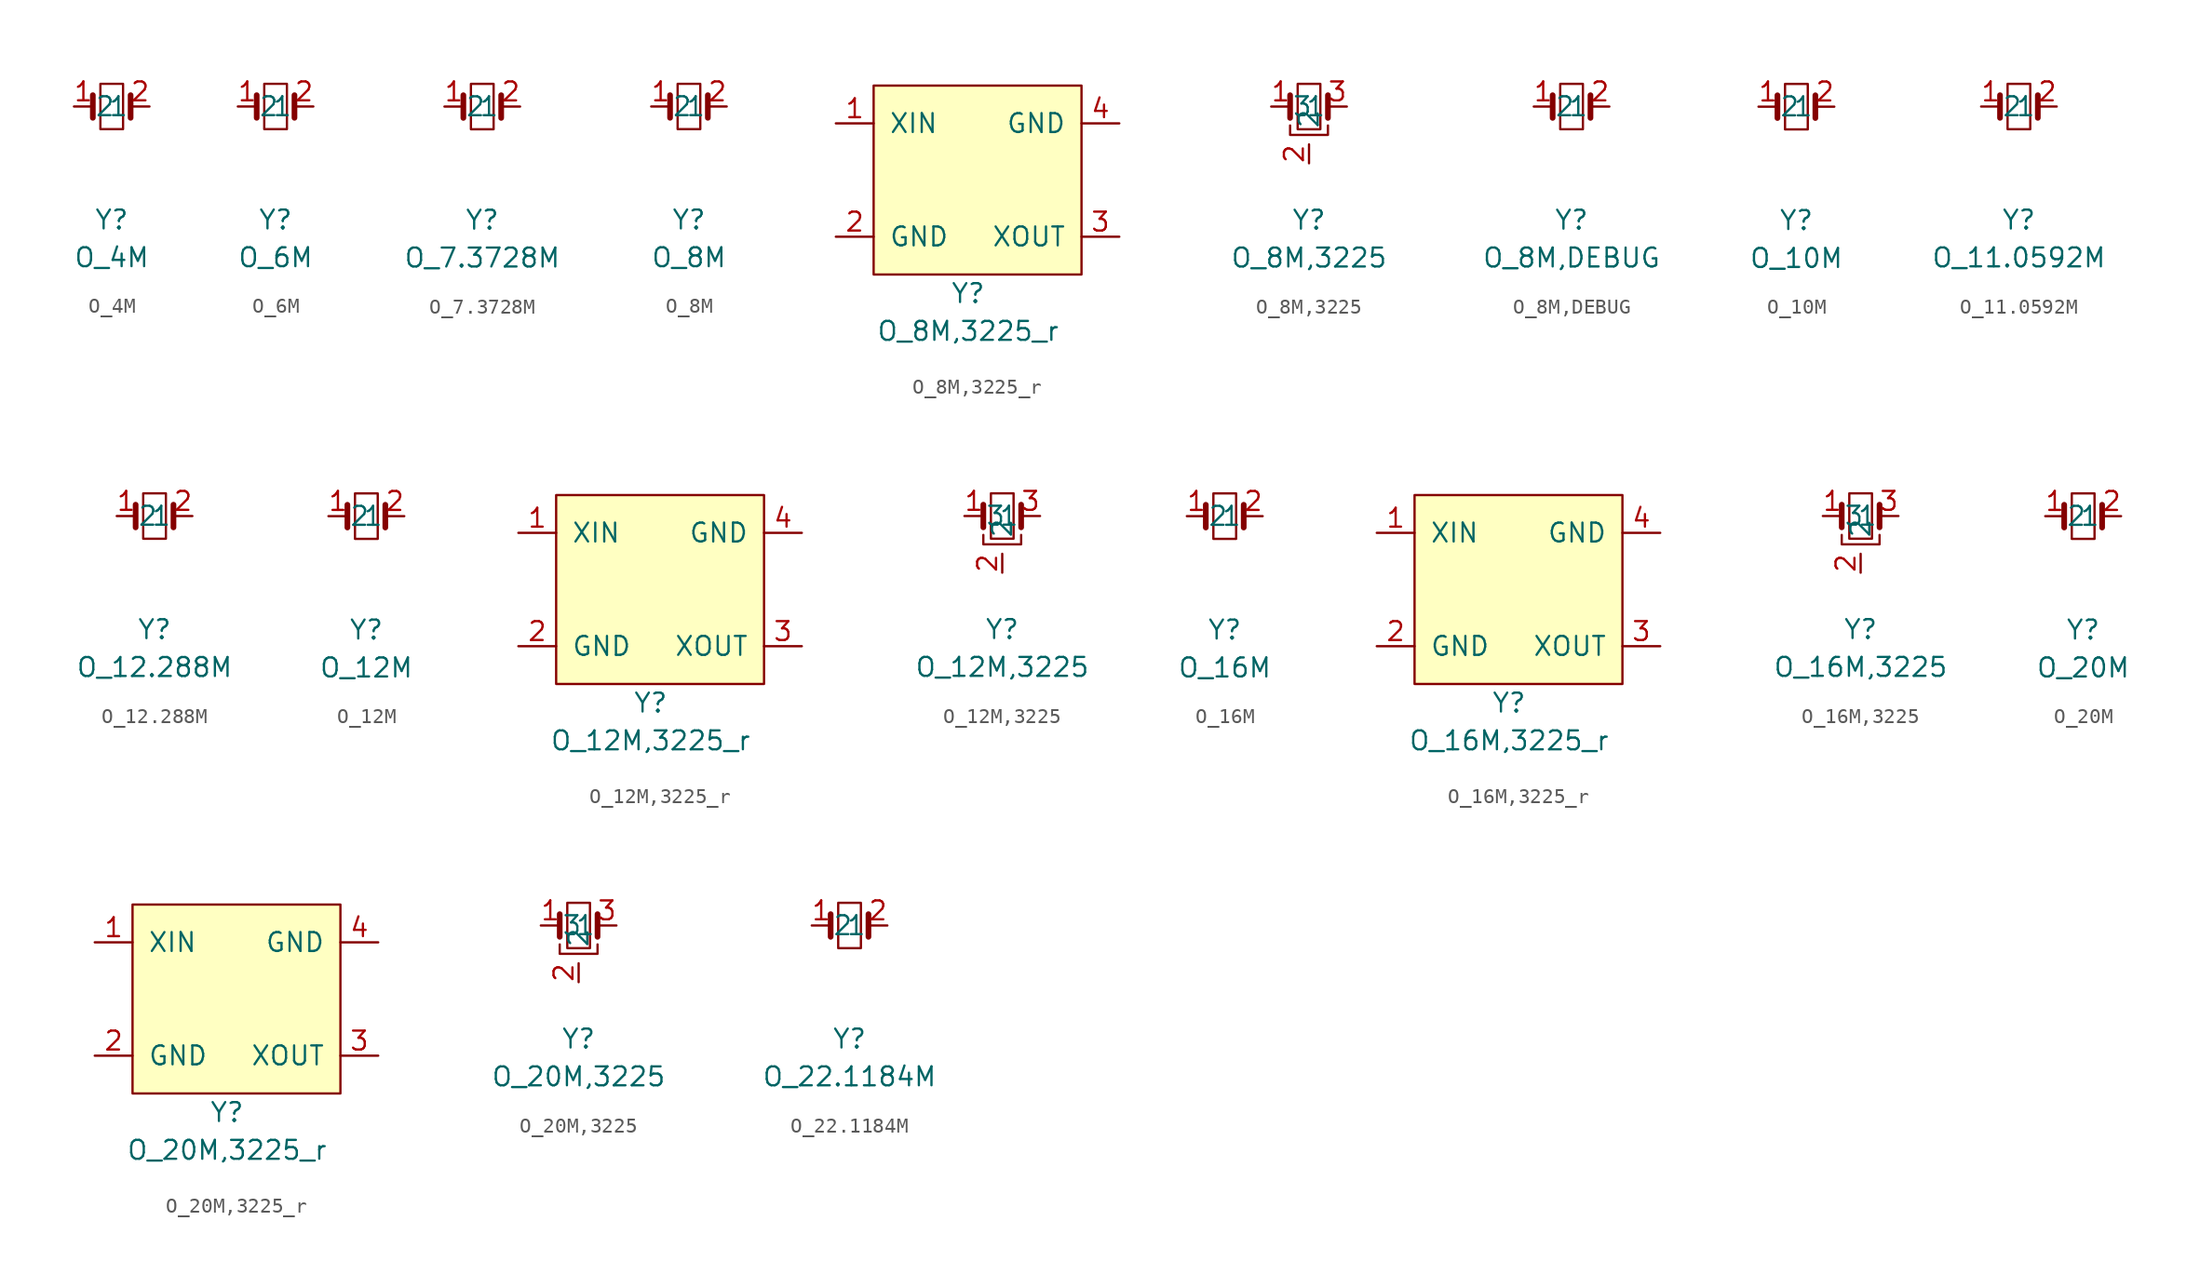
<source format=kicad_sym>
(kicad_symbol_lib
  (version 20211014)
  (generator kicad_symbol_editor)
  (symbol "O_4M"
    (pin_names
      (offset 1.016))
    (property "Reference" "Y"
      (at 0 -7.62 0)
      (effects (font (size 1.27 1.27))))
    (property "Value" "O_4M"
      (at 0 -10.16 0)
      (effects (font (size 1.27 1.27))))
    (symbol "O_4M_0_1"
      (rectangle (start -0.762 -1.524) (end 0.762 1.524) (stroke (width 0) (type default) (color 0 0 0 0)) (fill (type none)))
      (polyline (pts (xy -1.27 -0.762) (xy -1.27 0.762)) (stroke (width 0.381) (type default) (color 0 0 0 0)) (fill (type none)))
      (polyline (pts (xy 1.27 -0.762) (xy 1.27 0.762)) (stroke (width 0.381) (type default) (color 0 0 0 0)) (fill (type none))))
    (symbol "O_4M_1_1"
      (pin passive line (at -2.54 0 0) (length 1.27) (name "1" (effects (font (size 1.27 1.27)))) (number "1" (effects (font (size 1.27 1.27)))))
      (pin passive line (at 2.54 0 180) (length 1.27) (name "2" (effects (font (size 1.27 1.27)))) (number "2" (effects (font (size 1.27 1.27)))))))
  (symbol "O_6M"
    (pin_names
      (offset 1.016))
    (property "Reference" "Y"
      (at 0 -7.62 0)
      (effects (font (size 1.27 1.27))))
    (property "Value" "O_6M"
      (at 0 -10.16 0)
      (effects (font (size 1.27 1.27))))
    (symbol "O_6M_0_1"
      (rectangle (start -0.762 -1.524) (end 0.762 1.524) (stroke (width 0) (type default) (color 0 0 0 0)) (fill (type none)))
      (polyline (pts (xy -1.27 -0.762) (xy -1.27 0.762)) (stroke (width 0.381) (type default) (color 0 0 0 0)) (fill (type none)))
      (polyline (pts (xy 1.27 -0.762) (xy 1.27 0.762)) (stroke (width 0.381) (type default) (color 0 0 0 0)) (fill (type none))))
    (symbol "O_6M_1_1"
      (pin passive line (at -2.54 0 0) (length 1.27) (name "1" (effects (font (size 1.27 1.27)))) (number "1" (effects (font (size 1.27 1.27)))))
      (pin passive line (at 2.54 0 180) (length 1.27) (name "2" (effects (font (size 1.27 1.27)))) (number "2" (effects (font (size 1.27 1.27)))))))
  (symbol "O_7.3728M"
    (pin_names
      (offset 1.016))
    (property "Reference" "Y"
      (at 0 -7.62 0)
      (effects (font (size 1.27 1.27))))
    (property "Value" "O_7.3728M"
      (at 0 -10.16 0)
      (effects (font (size 1.27 1.27))))
    (symbol "O_7.3728M_0_1"
      (rectangle (start -0.762 -1.524) (end 0.762 1.524) (stroke (width 0) (type default) (color 0 0 0 0)) (fill (type none)))
      (polyline (pts (xy -1.27 -0.762) (xy -1.27 0.762)) (stroke (width 0.381) (type default) (color 0 0 0 0)) (fill (type none)))
      (polyline (pts (xy 1.27 -0.762) (xy 1.27 0.762)) (stroke (width 0.381) (type default) (color 0 0 0 0)) (fill (type none))))
    (symbol "O_7.3728M_1_1"
      (pin passive line (at -2.54 0 0) (length 1.27) (name "1" (effects (font (size 1.27 1.27)))) (number "1" (effects (font (size 1.27 1.27)))))
      (pin passive line (at 2.54 0 180) (length 1.27) (name "2" (effects (font (size 1.27 1.27)))) (number "2" (effects (font (size 1.27 1.27)))))))
  (symbol "O_8M"
    (pin_names
      (offset 1.016))
    (property "Reference" "Y"
      (at 0 -7.62 0)
      (effects (font (size 1.27 1.27))))
    (property "Value" "O_8M"
      (at 0 -10.16 0)
      (effects (font (size 1.27 1.27))))
    (symbol "O_8M_0_1"
      (rectangle (start -0.762 -1.524) (end 0.762 1.524) (stroke (width 0) (type default) (color 0 0 0 0)) (fill (type none)))
      (polyline (pts (xy -1.27 -0.762) (xy -1.27 0.762)) (stroke (width 0.381) (type default) (color 0 0 0 0)) (fill (type none)))
      (polyline (pts (xy 1.27 -0.762) (xy 1.27 0.762)) (stroke (width 0.381) (type default) (color 0 0 0 0)) (fill (type none))))
    (symbol "O_8M_1_1"
      (pin passive line (at -2.54 0 0) (length 1.27) (name "1" (effects (font (size 1.27 1.27)))) (number "1" (effects (font (size 1.27 1.27)))))
      (pin passive line (at 2.54 0 180) (length 1.27) (name "2" (effects (font (size 1.27 1.27)))) (number "2" (effects (font (size 1.27 1.27)))))))
  (symbol "O_8M,3225_r"
    (pin_names
      (offset 1.016))
    (property "Reference" "Y"
      (at 0 -7.62 0)
      (effects (font (size 1.27 1.27))))
    (property "Value" "O_8M,3225_r"
      (at 0 -10.16 0)
      (effects (font (size 1.27 1.27))))
    (symbol "O_8M,3225_r_0_1"
      (rectangle (start -6.35 6.35) (end 7.62 -6.35) (stroke (width 0) (type default) (color 0 0 0 0)) (fill (type background))))
    (symbol "O_8M,3225_r_1_1"
      (pin bidirectional line (at -8.89 3.81 0) (length 2.54) (name "XIN" (effects (font (size 1.27 1.27)))) (number "1" (effects (font (size 1.27 1.27)))))
      (pin power_in line (at -8.89 -3.81 0) (length 2.54) (name "GND" (effects (font (size 1.27 1.27)))) (number "2" (effects (font (size 1.27 1.27)))))
      (pin bidirectional line (at 10.16 -3.81 180) (length 2.54) (name "XOUT" (effects (font (size 1.27 1.27)))) (number "3" (effects (font (size 1.27 1.27)))))
      (pin power_in line (at 10.16 3.81 180) (length 2.54) (name "GND" (effects (font (size 1.27 1.27)))) (number "4" (effects (font (size 1.27 1.27)))))))
  (symbol "O_8M,3225"
    (pin_names
      (offset 1.016))
    (property "Reference" "Y"
      (at 0 -7.62 0)
      (effects (font (size 1.27 1.27))))
    (property "Value" "O_8M,3225"
      (at 0 -10.16 0)
      (effects (font (size 1.27 1.27))))
    (symbol "O_8M,3225_0_1"
      (rectangle (start -0.762 -1.524) (end 0.762 1.524) (stroke (width 0) (type default) (color 0 0 0 0)) (fill (type none)))
      (polyline (pts (xy -1.27 -0.762) (xy -1.27 0.762)) (stroke (width 0.381) (type default) (color 0 0 0 0)) (fill (type none)))
      (polyline (pts (xy 1.27 -0.762) (xy 1.27 0.762)) (stroke (width 0.381) (type default) (color 0 0 0 0)) (fill (type none)))
      (polyline (pts (xy -1.27 -1.27) (xy -1.27 -1.905) (xy 1.27 -1.905) (xy 1.27 -1.27)) (stroke (width 0) (type default) (color 0 0 0 0)) (fill (type none))))
    (symbol "O_8M,3225_1_1"
      (pin passive line (at -2.54 0 0) (length 1.27) (name "1" (effects (font (size 1.27 1.27)))) (number "1" (effects (font (size 1.27 1.27)))))
      (pin passive line (at 0 -3.81 90) (length 1.27) (name "2" (effects (font (size 1.27 1.27)))) (number "2" (effects (font (size 1.27 1.27)))))
      (pin passive line (at 2.54 0 180) (length 1.27) (name "3" (effects (font (size 1.27 1.27)))) (number "3" (effects (font (size 1.27 1.27)))))))
  (symbol "O_8M,DEBUG"
    (pin_names
      (offset 1.016))
    (property "Reference" "Y"
      (at 0 -7.62 0)
      (effects (font (size 1.27 1.27))))
    (property "Value" "O_8M,DEBUG"
      (at 0 -10.16 0)
      (effects (font (size 1.27 1.27))))
    (symbol "O_8M,DEBUG_0_1"
      (rectangle (start -0.762 -1.524) (end 0.762 1.524) (stroke (width 0) (type default) (color 0 0 0 0)) (fill (type none)))
      (polyline (pts (xy -1.27 -0.762) (xy -1.27 0.762)) (stroke (width 0.381) (type default) (color 0 0 0 0)) (fill (type none)))
      (polyline (pts (xy 1.27 -0.762) (xy 1.27 0.762)) (stroke (width 0.381) (type default) (color 0 0 0 0)) (fill (type none))))
    (symbol "O_8M,DEBUG_1_1"
      (pin passive line (at -2.54 0 0) (length 1.27) (name "1" (effects (font (size 1.27 1.27)))) (number "1" (effects (font (size 1.27 1.27)))))
      (pin passive line (at 2.54 0 180) (length 1.27) (name "2" (effects (font (size 1.27 1.27)))) (number "2" (effects (font (size 1.27 1.27)))))))
  (symbol "O_10M"
    (pin_names
      (offset 1.016))
    (property "Reference" "Y"
      (at 0 -7.62 0)
      (effects (font (size 1.27 1.27))))
    (property "Value" "O_10M"
      (at 0 -10.16 0)
      (effects (font (size 1.27 1.27))))
    (symbol "O_10M_0_1"
      (rectangle (start -0.762 -1.524) (end 0.762 1.524) (stroke (width 0) (type default) (color 0 0 0 0)) (fill (type none)))
      (polyline (pts (xy -1.27 -0.762) (xy -1.27 0.762)) (stroke (width 0.381) (type default) (color 0 0 0 0)) (fill (type none)))
      (polyline (pts (xy 1.27 -0.762) (xy 1.27 0.762)) (stroke (width 0.381) (type default) (color 0 0 0 0)) (fill (type none))))
    (symbol "O_10M_1_1"
      (pin passive line (at -2.54 0 0) (length 1.27) (name "1" (effects (font (size 1.27 1.27)))) (number "1" (effects (font (size 1.27 1.27)))))
      (pin passive line (at 2.54 0 180) (length 1.27) (name "2" (effects (font (size 1.27 1.27)))) (number "2" (effects (font (size 1.27 1.27)))))))
  (symbol "O_11.0592M"
    (pin_names
      (offset 1.016))
    (property "Reference" "Y"
      (at 0 -7.62 0)
      (effects (font (size 1.27 1.27))))
    (property "Value" "O_11.0592M"
      (at 0 -10.16 0)
      (effects (font (size 1.27 1.27))))
    (symbol "O_11.0592M_0_1"
      (rectangle (start -0.762 -1.524) (end 0.762 1.524) (stroke (width 0) (type default) (color 0 0 0 0)) (fill (type none)))
      (polyline (pts (xy -1.27 -0.762) (xy -1.27 0.762)) (stroke (width 0.381) (type default) (color 0 0 0 0)) (fill (type none)))
      (polyline (pts (xy 1.27 -0.762) (xy 1.27 0.762)) (stroke (width 0.381) (type default) (color 0 0 0 0)) (fill (type none))))
    (symbol "O_11.0592M_1_1"
      (pin passive line (at -2.54 0 0) (length 1.27) (name "1" (effects (font (size 1.27 1.27)))) (number "1" (effects (font (size 1.27 1.27)))))
      (pin passive line (at 2.54 0 180) (length 1.27) (name "2" (effects (font (size 1.27 1.27)))) (number "2" (effects (font (size 1.27 1.27)))))))
  (symbol "O_12.288M"
    (pin_names
      (offset 1.016))
    (property "Reference" "Y"
      (at 0 -7.62 0)
      (effects (font (size 1.27 1.27))))
    (property "Value" "O_12.288M"
      (at 0 -10.16 0)
      (effects (font (size 1.27 1.27))))
    (symbol "O_12.288M_0_1"
      (rectangle (start -0.762 -1.524) (end 0.762 1.524) (stroke (width 0) (type default) (color 0 0 0 0)) (fill (type none)))
      (polyline (pts (xy -1.27 -0.762) (xy -1.27 0.762)) (stroke (width 0.381) (type default) (color 0 0 0 0)) (fill (type none)))
      (polyline (pts (xy 1.27 -0.762) (xy 1.27 0.762)) (stroke (width 0.381) (type default) (color 0 0 0 0)) (fill (type none))))
    (symbol "O_12.288M_1_1"
      (pin passive line (at -2.54 0 0) (length 1.27) (name "1" (effects (font (size 1.27 1.27)))) (number "1" (effects (font (size 1.27 1.27)))))
      (pin passive line (at 2.54 0 180) (length 1.27) (name "2" (effects (font (size 1.27 1.27)))) (number "2" (effects (font (size 1.27 1.27)))))))
  (symbol "O_12M"
    (pin_names
      (offset 1.016))
    (property "Reference" "Y"
      (at 0 -7.62 0)
      (effects (font (size 1.27 1.27))))
    (property "Value" "O_12M"
      (at 0 -10.16 0)
      (effects (font (size 1.27 1.27))))
    (symbol "O_12M_0_1"
      (rectangle (start -0.762 -1.524) (end 0.762 1.524) (stroke (width 0) (type default) (color 0 0 0 0)) (fill (type none)))
      (polyline (pts (xy -1.27 -0.762) (xy -1.27 0.762)) (stroke (width 0.381) (type default) (color 0 0 0 0)) (fill (type none)))
      (polyline (pts (xy 1.27 -0.762) (xy 1.27 0.762)) (stroke (width 0.381) (type default) (color 0 0 0 0)) (fill (type none))))
    (symbol "O_12M_1_1"
      (pin passive line (at -2.54 0 0) (length 1.27) (name "1" (effects (font (size 1.27 1.27)))) (number "1" (effects (font (size 1.27 1.27)))))
      (pin passive line (at 2.54 0 180) (length 1.27) (name "2" (effects (font (size 1.27 1.27)))) (number "2" (effects (font (size 1.27 1.27)))))))
  (symbol "O_12M,3225_r"
    (pin_names
      (offset 1.016))
    (property "Reference" "Y"
      (at 0 -7.62 0)
      (effects (font (size 1.27 1.27))))
    (property "Value" "O_12M,3225_r"
      (at 0 -10.16 0)
      (effects (font (size 1.27 1.27))))
    (symbol "O_12M,3225_r_0_1"
      (rectangle (start -6.35 6.35) (end 7.62 -6.35) (stroke (width 0) (type default) (color 0 0 0 0)) (fill (type background))))
    (symbol "O_12M,3225_r_1_1"
      (pin bidirectional line (at -8.89 3.81 0) (length 2.54) (name "XIN" (effects (font (size 1.27 1.27)))) (number "1" (effects (font (size 1.27 1.27)))))
      (pin power_in line (at -8.89 -3.81 0) (length 2.54) (name "GND" (effects (font (size 1.27 1.27)))) (number "2" (effects (font (size 1.27 1.27)))))
      (pin bidirectional line (at 10.16 -3.81 180) (length 2.54) (name "XOUT" (effects (font (size 1.27 1.27)))) (number "3" (effects (font (size 1.27 1.27)))))
      (pin power_in line (at 10.16 3.81 180) (length 2.54) (name "GND" (effects (font (size 1.27 1.27)))) (number "4" (effects (font (size 1.27 1.27)))))))
  (symbol "O_12M,3225"
    (pin_names
      (offset 1.016))
    (property "Reference" "Y"
      (at 0 -7.62 0)
      (effects (font (size 1.27 1.27))))
    (property "Value" "O_12M,3225"
      (at 0 -10.16 0)
      (effects (font (size 1.27 1.27))))
    (symbol "O_12M,3225_0_1"
      (rectangle (start -0.762 -1.524) (end 0.762 1.524) (stroke (width 0) (type default) (color 0 0 0 0)) (fill (type none)))
      (polyline (pts (xy -1.27 -0.762) (xy -1.27 0.762)) (stroke (width 0.381) (type default) (color 0 0 0 0)) (fill (type none)))
      (polyline (pts (xy 1.27 -0.762) (xy 1.27 0.762)) (stroke (width 0.381) (type default) (color 0 0 0 0)) (fill (type none)))
      (polyline (pts (xy -1.27 -1.27) (xy -1.27 -1.905) (xy 1.27 -1.905) (xy 1.27 -1.27)) (stroke (width 0) (type default) (color 0 0 0 0)) (fill (type none))))
    (symbol "O_12M,3225_1_1"
      (pin passive line (at -2.54 0 0) (length 1.27) (name "1" (effects (font (size 1.27 1.27)))) (number "1" (effects (font (size 1.27 1.27)))))
      (pin passive line (at 0 -3.81 90) (length 1.27) (name "2" (effects (font (size 1.27 1.27)))) (number "2" (effects (font (size 1.27 1.27)))))
      (pin passive line (at 2.54 0 180) (length 1.27) (name "3" (effects (font (size 1.27 1.27)))) (number "3" (effects (font (size 1.27 1.27)))))))
  (symbol "O_16M"
    (pin_names
      (offset 1.016))
    (property "Reference" "Y"
      (at 0 -7.62 0)
      (effects (font (size 1.27 1.27))))
    (property "Value" "O_16M"
      (at 0 -10.16 0)
      (effects (font (size 1.27 1.27))))
    (symbol "O_16M_0_1"
      (rectangle (start -0.762 -1.524) (end 0.762 1.524) (stroke (width 0) (type default) (color 0 0 0 0)) (fill (type none)))
      (polyline (pts (xy -1.27 -0.762) (xy -1.27 0.762)) (stroke (width 0.381) (type default) (color 0 0 0 0)) (fill (type none)))
      (polyline (pts (xy 1.27 -0.762) (xy 1.27 0.762)) (stroke (width 0.381) (type default) (color 0 0 0 0)) (fill (type none))))
    (symbol "O_16M_1_1"
      (pin passive line (at -2.54 0 0) (length 1.27) (name "1" (effects (font (size 1.27 1.27)))) (number "1" (effects (font (size 1.27 1.27)))))
      (pin passive line (at 2.54 0 180) (length 1.27) (name "2" (effects (font (size 1.27 1.27)))) (number "2" (effects (font (size 1.27 1.27)))))))
  (symbol "O_16M,3225_r"
    (pin_names
      (offset 1.016))
    (property "Reference" "Y"
      (at 0 -7.62 0)
      (effects (font (size 1.27 1.27))))
    (property "Value" "O_16M,3225_r"
      (at 0 -10.16 0)
      (effects (font (size 1.27 1.27))))
    (symbol "O_16M,3225_r_0_1"
      (rectangle (start -6.35 6.35) (end 7.62 -6.35) (stroke (width 0) (type default) (color 0 0 0 0)) (fill (type background))))
    (symbol "O_16M,3225_r_1_1"
      (pin bidirectional line (at -8.89 3.81 0) (length 2.54) (name "XIN" (effects (font (size 1.27 1.27)))) (number "1" (effects (font (size 1.27 1.27)))))
      (pin power_in line (at -8.89 -3.81 0) (length 2.54) (name "GND" (effects (font (size 1.27 1.27)))) (number "2" (effects (font (size 1.27 1.27)))))
      (pin bidirectional line (at 10.16 -3.81 180) (length 2.54) (name "XOUT" (effects (font (size 1.27 1.27)))) (number "3" (effects (font (size 1.27 1.27)))))
      (pin power_in line (at 10.16 3.81 180) (length 2.54) (name "GND" (effects (font (size 1.27 1.27)))) (number "4" (effects (font (size 1.27 1.27)))))))
  (symbol "O_16M,3225"
    (pin_names
      (offset 1.016))
    (property "Reference" "Y"
      (at 0 -7.62 0)
      (effects (font (size 1.27 1.27))))
    (property "Value" "O_16M,3225"
      (at 0 -10.16 0)
      (effects (font (size 1.27 1.27))))
    (symbol "O_16M,3225_0_1"
      (rectangle (start -0.762 -1.524) (end 0.762 1.524) (stroke (width 0) (type default) (color 0 0 0 0)) (fill (type none)))
      (polyline (pts (xy -1.27 -0.762) (xy -1.27 0.762)) (stroke (width 0.381) (type default) (color 0 0 0 0)) (fill (type none)))
      (polyline (pts (xy 1.27 -0.762) (xy 1.27 0.762)) (stroke (width 0.381) (type default) (color 0 0 0 0)) (fill (type none)))
      (polyline (pts (xy -1.27 -1.27) (xy -1.27 -1.905) (xy 1.27 -1.905) (xy 1.27 -1.27)) (stroke (width 0) (type default) (color 0 0 0 0)) (fill (type none))))
    (symbol "O_16M,3225_1_1"
      (pin passive line (at -2.54 0 0) (length 1.27) (name "1" (effects (font (size 1.27 1.27)))) (number "1" (effects (font (size 1.27 1.27)))))
      (pin passive line (at 0 -3.81 90) (length 1.27) (name "2" (effects (font (size 1.27 1.27)))) (number "2" (effects (font (size 1.27 1.27)))))
      (pin passive line (at 2.54 0 180) (length 1.27) (name "3" (effects (font (size 1.27 1.27)))) (number "3" (effects (font (size 1.27 1.27)))))))
  (symbol "O_20M"
    (pin_names
      (offset 1.016))
    (property "Reference" "Y"
      (at 0 -7.62 0)
      (effects (font (size 1.27 1.27))))
    (property "Value" "O_20M"
      (at 0 -10.16 0)
      (effects (font (size 1.27 1.27))))
    (symbol "O_20M_0_1"
      (rectangle (start -0.762 -1.524) (end 0.762 1.524) (stroke (width 0) (type default) (color 0 0 0 0)) (fill (type none)))
      (polyline (pts (xy -1.27 -0.762) (xy -1.27 0.762)) (stroke (width 0.381) (type default) (color 0 0 0 0)) (fill (type none)))
      (polyline (pts (xy 1.27 -0.762) (xy 1.27 0.762)) (stroke (width 0.381) (type default) (color 0 0 0 0)) (fill (type none))))
    (symbol "O_20M_1_1"
      (pin passive line (at -2.54 0 0) (length 1.27) (name "1" (effects (font (size 1.27 1.27)))) (number "1" (effects (font (size 1.27 1.27)))))
      (pin passive line (at 2.54 0 180) (length 1.27) (name "2" (effects (font (size 1.27 1.27)))) (number "2" (effects (font (size 1.27 1.27)))))))
  (symbol "O_20M,3225_r"
    (pin_names
      (offset 1.016))
    (property "Reference" "Y"
      (at 0 -7.62 0)
      (effects (font (size 1.27 1.27))))
    (property "Value" "O_20M,3225_r"
      (at 0 -10.16 0)
      (effects (font (size 1.27 1.27))))
    (symbol "O_20M,3225_r_0_1"
      (rectangle (start -6.35 6.35) (end 7.62 -6.35) (stroke (width 0) (type default) (color 0 0 0 0)) (fill (type background))))
    (symbol "O_20M,3225_r_1_1"
      (pin bidirectional line (at -8.89 3.81 0) (length 2.54) (name "XIN" (effects (font (size 1.27 1.27)))) (number "1" (effects (font (size 1.27 1.27)))))
      (pin power_in line (at -8.89 -3.81 0) (length 2.54) (name "GND" (effects (font (size 1.27 1.27)))) (number "2" (effects (font (size 1.27 1.27)))))
      (pin bidirectional line (at 10.16 -3.81 180) (length 2.54) (name "XOUT" (effects (font (size 1.27 1.27)))) (number "3" (effects (font (size 1.27 1.27)))))
      (pin power_in line (at 10.16 3.81 180) (length 2.54) (name "GND" (effects (font (size 1.27 1.27)))) (number "4" (effects (font (size 1.27 1.27)))))))
  (symbol "O_20M,3225"
    (pin_names
      (offset 1.016))
    (property "Reference" "Y"
      (at 0 -7.62 0)
      (effects (font (size 1.27 1.27))))
    (property "Value" "O_20M,3225"
      (at 0 -10.16 0)
      (effects (font (size 1.27 1.27))))
    (symbol "O_20M,3225_0_1"
      (rectangle (start -0.762 -1.524) (end 0.762 1.524) (stroke (width 0) (type default) (color 0 0 0 0)) (fill (type none)))
      (polyline (pts (xy -1.27 -0.762) (xy -1.27 0.762)) (stroke (width 0.381) (type default) (color 0 0 0 0)) (fill (type none)))
      (polyline (pts (xy 1.27 -0.762) (xy 1.27 0.762)) (stroke (width 0.381) (type default) (color 0 0 0 0)) (fill (type none)))
      (polyline (pts (xy -1.27 -1.27) (xy -1.27 -1.905) (xy 1.27 -1.905) (xy 1.27 -1.27)) (stroke (width 0) (type default) (color 0 0 0 0)) (fill (type none))))
    (symbol "O_20M,3225_1_1"
      (pin passive line (at -2.54 0 0) (length 1.27) (name "1" (effects (font (size 1.27 1.27)))) (number "1" (effects (font (size 1.27 1.27)))))
      (pin passive line (at 0 -3.81 90) (length 1.27) (name "2" (effects (font (size 1.27 1.27)))) (number "2" (effects (font (size 1.27 1.27)))))
      (pin passive line (at 2.54 0 180) (length 1.27) (name "3" (effects (font (size 1.27 1.27)))) (number "3" (effects (font (size 1.27 1.27)))))))
  (symbol "O_22.1184M"
    (pin_names
      (offset 1.016))
    (property "Reference" "Y"
      (at 0 -7.62 0)
      (effects (font (size 1.27 1.27))))
    (property "Value" "O_22.1184M"
      (at 0 -10.16 0)
      (effects (font (size 1.27 1.27))))
    (symbol "O_22.1184M_0_1"
      (rectangle (start -0.762 -1.524) (end 0.762 1.524) (stroke (width 0) (type default) (color 0 0 0 0)) (fill (type none)))
      (polyline (pts (xy -1.27 -0.762) (xy -1.27 0.762)) (stroke (width 0.381) (type default) (color 0 0 0 0)) (fill (type none)))
      (polyline (pts (xy 1.27 -0.762) (xy 1.27 0.762)) (stroke (width 0.381) (type default) (color 0 0 0 0)) (fill (type none))))
    (symbol "O_22.1184M_1_1"
      (pin passive line (at -2.54 0 0) (length 1.27) (name "1" (effects (font (size 1.27 1.27)))) (number "1" (effects (font (size 1.27 1.27)))))
      (pin passive line (at 2.54 0 180) (length 1.27) (name "2" (effects (font (size 1.27 1.27)))) (number "2" (effects (font (size 1.27 1.27))))))))
</source>
